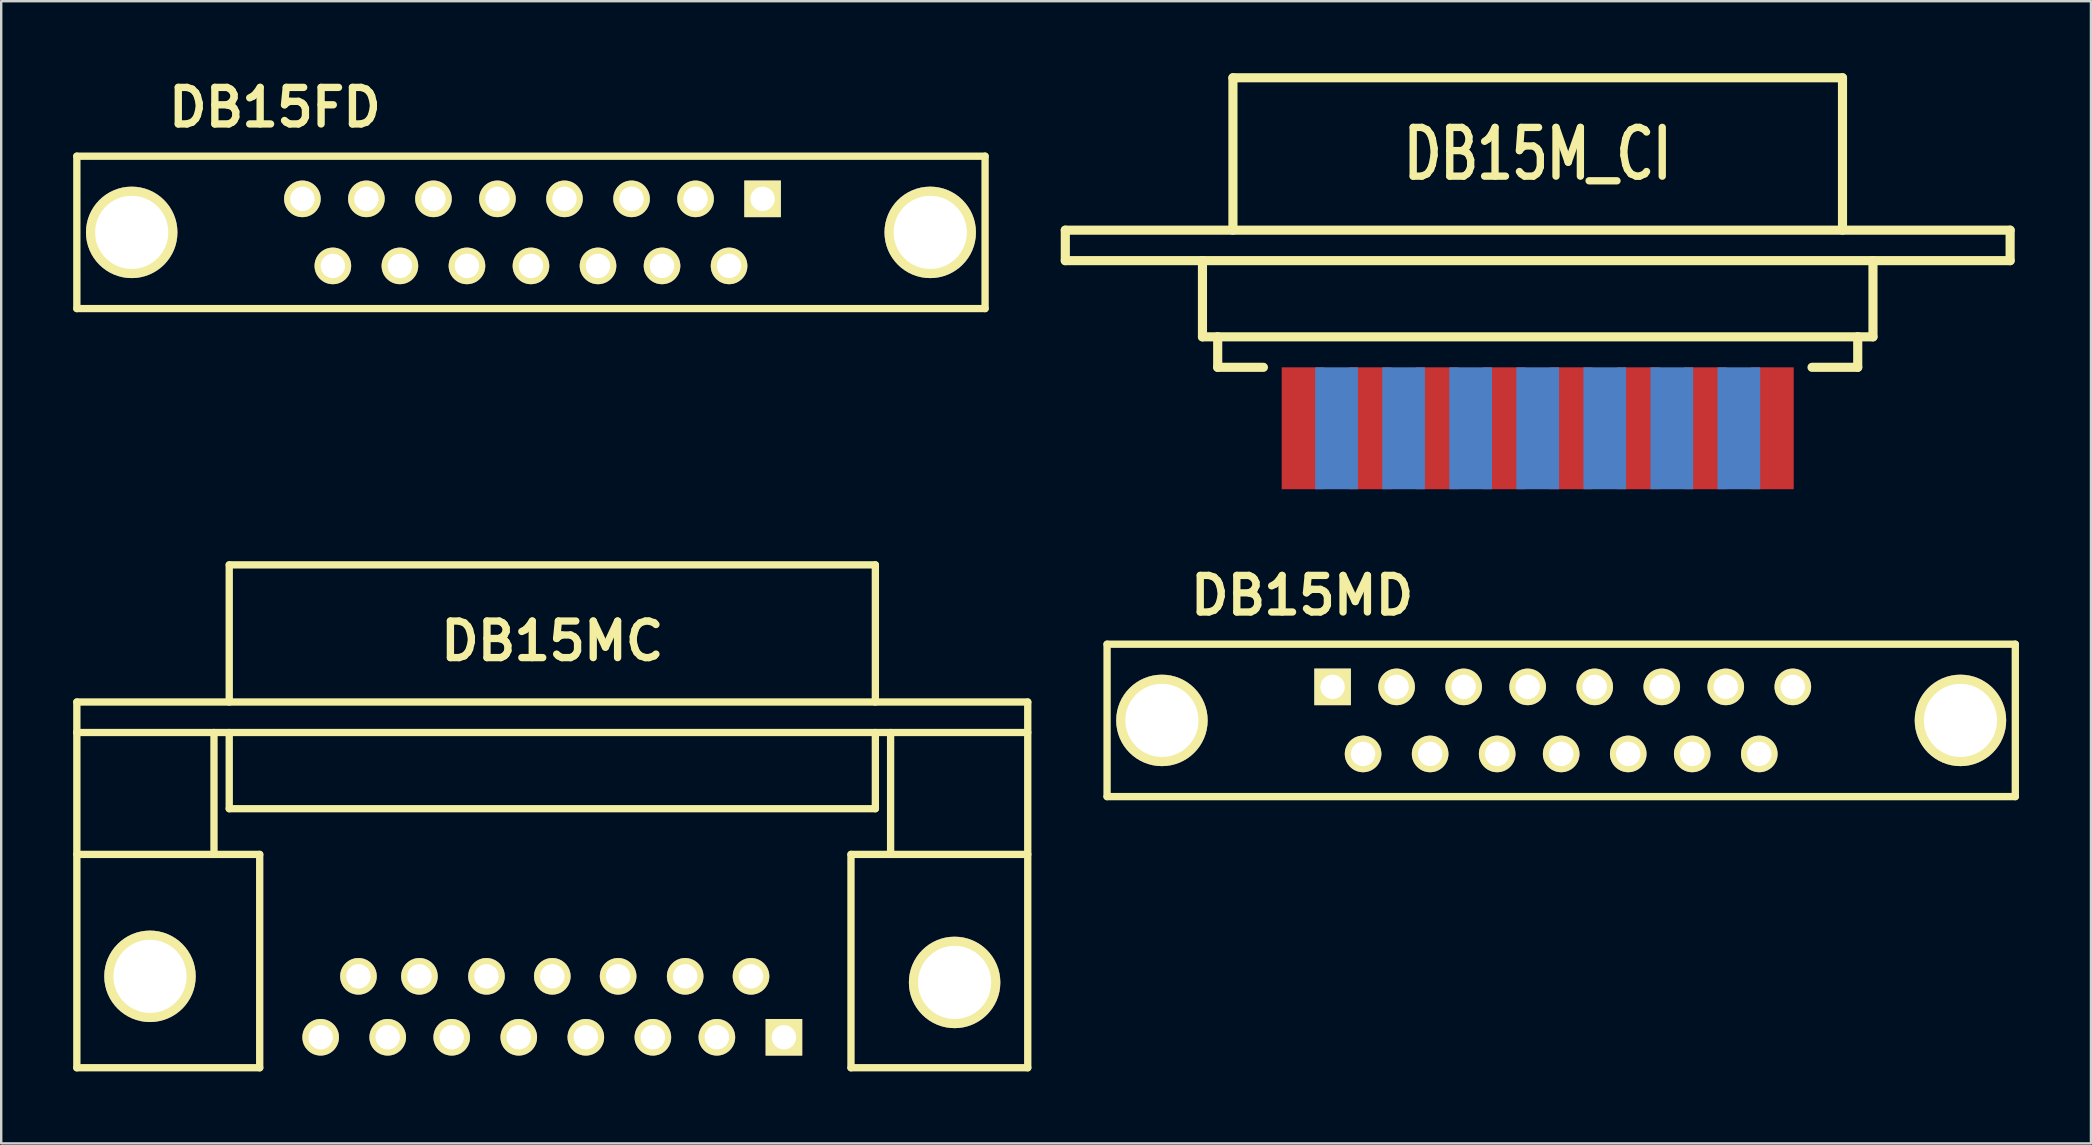
<source format=kicad_pcb>
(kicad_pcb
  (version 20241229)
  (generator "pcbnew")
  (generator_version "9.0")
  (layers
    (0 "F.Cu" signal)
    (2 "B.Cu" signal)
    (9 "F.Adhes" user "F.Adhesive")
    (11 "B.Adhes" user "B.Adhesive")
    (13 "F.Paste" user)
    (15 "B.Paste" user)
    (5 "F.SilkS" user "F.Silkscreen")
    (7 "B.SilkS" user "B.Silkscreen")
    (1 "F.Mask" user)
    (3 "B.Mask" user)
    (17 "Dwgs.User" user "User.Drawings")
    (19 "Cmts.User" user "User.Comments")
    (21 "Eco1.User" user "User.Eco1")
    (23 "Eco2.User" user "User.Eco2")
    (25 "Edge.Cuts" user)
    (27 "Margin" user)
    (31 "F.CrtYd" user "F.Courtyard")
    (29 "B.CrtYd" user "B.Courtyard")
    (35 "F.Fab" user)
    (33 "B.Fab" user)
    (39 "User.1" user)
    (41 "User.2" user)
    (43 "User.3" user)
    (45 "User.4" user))
  (footprint "DB15MC"
    (layer "F.Cu")
    (at 19.964 38.903)
    (property "Reference" "DB15MC" (at 0 -15.24 0) (layer "F.SilkS") (effects (font (size 1.524 1.524) (thickness 0.305))))
    (attr through_hole)
    (fp_line (start -19.812 -12.7) (end -19.812 -11.43) (stroke (width 0.305) (type solid)) (layer "F.SilkS"))
    (fp_line (start -19.812 -6.35) (end -12.192 -6.35) (stroke (width 0.305) (type solid)) (layer "F.SilkS"))
    (fp_line (start -19.812 2.54) (end -19.812 -11.43) (stroke (width 0.305) (type solid)) (layer "F.SilkS"))
    (fp_line (start -19.812 2.54) (end -12.192 2.54) (stroke (width 0.305) (type solid)) (layer "F.SilkS"))
    (fp_line (start -14.097 -11.43) (end -14.097 -6.35) (stroke (width 0.305) (type solid)) (layer "F.SilkS"))
    (fp_line (start -13.462 -18.415) (end -13.462 -12.7) (stroke (width 0.305) (type solid)) (layer "F.SilkS"))
    (fp_line (start -13.462 -18.415) (end 13.462 -18.415) (stroke (width 0.305) (type solid)) (layer "F.SilkS"))
    (fp_line (start -13.462 -8.255) (end -13.462 -11.43) (stroke (width 0.305) (type solid)) (layer "F.SilkS"))
    (fp_line (start -12.192 -6.35) (end -12.192 2.54) (stroke (width 0.305) (type solid)) (layer "F.SilkS"))
    (fp_line (start 12.446 -6.35) (end 19.812 -6.35) (stroke (width 0.305) (type solid)) (layer "F.SilkS"))
    (fp_line (start 12.446 2.54) (end 12.446 -6.35) (stroke (width 0.305) (type solid)) (layer "F.SilkS"))
    (fp_line (start 13.462 -12.7) (end 13.462 -18.415) (stroke (width 0.305) (type solid)) (layer "F.SilkS"))
    (fp_line (start 13.462 -8.255) (end -13.462 -8.255) (stroke (width 0.305) (type solid)) (layer "F.SilkS"))
    (fp_line (start 13.462 -8.255) (end 13.462 -11.43) (stroke (width 0.305) (type solid)) (layer "F.SilkS"))
    (fp_line (start 14.097 -6.35) (end 14.097 -11.43) (stroke (width 0.305) (type solid)) (layer "F.SilkS"))
    (fp_line (start 19.812 -12.7) (end -19.812 -12.7) (stroke (width 0.305) (type solid)) (layer "F.SilkS"))
    (fp_line (start 19.812 -11.43) (end -19.812 -11.43) (stroke (width 0.305) (type solid)) (layer "F.SilkS"))
    (fp_line (start 19.812 2.54) (end 12.446 2.54) (stroke (width 0.305) (type solid)) (layer "F.SilkS"))
    (fp_line (start 19.812 2.54) (end 19.812 -12.7) (stroke (width 0.305) (type solid)) (layer "F.SilkS"))
    (pad "" thru_hole circle (at -16.764 -1.27) (size 3.81 3.81) (drill 3.048) (layers "*.Cu" "*.Mask" "F.SilkS"))
    (pad "" thru_hole circle (at 16.764 -1.016) (size 3.81 3.81) (drill 3.048) (layers "*.Cu" "*.Mask" "F.SilkS"))
    (pad "1" thru_hole rect (at 9.652 1.27) (size 1.524 1.524) (drill 1.016) (layers "*.Cu" "*.Mask" "F.SilkS"))
    (pad "2" thru_hole circle (at 6.858 1.27) (size 1.524 1.524) (drill 1.016) (layers "*.Cu" "*.Mask" "F.SilkS"))
    (pad "3" thru_hole circle (at 4.191 1.27) (size 1.524 1.524) (drill 1.016) (layers "*.Cu" "*.Mask" "F.SilkS"))
    (pad "4" thru_hole circle (at 1.397 1.27) (size 1.524 1.524) (drill 1.016) (layers "*.Cu" "*.Mask" "F.SilkS"))
    (pad "5" thru_hole circle (at -1.397 1.27) (size 1.524 1.524) (drill 1.016) (layers "*.Cu" "*.Mask" "F.SilkS"))
    (pad "6" thru_hole circle (at -4.191 1.27) (size 1.524 1.524) (drill 1.016) (layers "*.Cu" "*.Mask" "F.SilkS"))
    (pad "7" thru_hole circle (at -6.858 1.27) (size 1.524 1.524) (drill 1.016) (layers "*.Cu" "*.Mask" "F.SilkS"))
    (pad "8" thru_hole circle (at -9.652 1.27) (size 1.524 1.524) (drill 1.016) (layers "*.Cu" "*.Mask" "F.SilkS"))
    (pad "9" thru_hole circle (at 8.28 -1.27) (size 1.524 1.524) (drill 1.016) (layers "*.Cu" "*.Mask" "F.SilkS"))
    (pad "10" thru_hole circle (at 5.537 -1.27) (size 1.524 1.524) (drill 1.016) (layers "*.Cu" "*.Mask" "F.SilkS"))
    (pad "11" thru_hole circle (at 2.743 -1.27) (size 1.524 1.524) (drill 1.016) (layers "*.Cu" "*.Mask" "F.SilkS"))
    (pad "12" thru_hole circle (at 0 -1.27) (size 1.524 1.524) (drill 1.016) (layers "*.Cu" "*.Mask" "F.SilkS"))
    (pad "13" thru_hole circle (at -2.743 -1.27) (size 1.524 1.524) (drill 1.016) (layers "*.Cu" "*.Mask" "F.SilkS"))
    (pad "14" thru_hole circle (at -5.537 -1.27) (size 1.524 1.524) (drill 1.016) (layers "*.Cu" "*.Mask" "F.SilkS"))
    (pad "15" thru_hole circle (at -8.077 -1.27) (size 1.524 1.524) (drill 1.016) (layers "*.Cu" "*.Mask" "F.SilkS")))
  (footprint "DB15MD"
    (layer "F.Cu")
    (at 62.639 26.842)
    (property "Reference" "DB15MD" (at -11.43 -5.08 180) (layer "F.SilkS") (effects (font (size 1.524 1.524) (thickness 0.305))))
    (attr through_hole)
    (fp_line (start -19.558 -3.048) (end -19.558 3.302) (stroke (width 0.305) (type solid)) (layer "F.SilkS"))
    (fp_line (start -19.558 3.302) (end 18.288 3.302) (stroke (width 0.305) (type solid)) (layer "F.SilkS"))
    (fp_line (start 18.288 -3.048) (end -19.558 -3.048) (stroke (width 0.305) (type solid)) (layer "F.SilkS"))
    (fp_line (start 18.288 3.302) (end 18.288 -3.048) (stroke (width 0.305) (type solid)) (layer "F.SilkS"))
    (pad "0" thru_hole circle (at -17.272 0.127) (size 3.81 3.81) (drill 3.048) (layers "*.Cu" "*.Mask" "F.SilkS"))
    (pad "0" thru_hole circle (at 16.002 0.127) (size 3.81 3.81) (drill 3.048) (layers "*.Cu" "*.Mask" "F.SilkS"))
    (pad "1" thru_hole rect (at -10.16 -1.27) (size 1.524 1.524) (drill 1.016) (layers "*.Cu" "*.Mask" "F.SilkS"))
    (pad "2" thru_hole circle (at -7.493 -1.27) (size 1.524 1.524) (drill 1.016) (layers "*.Cu" "*.Mask" "F.SilkS"))
    (pad "3" thru_hole circle (at -4.699 -1.27) (size 1.524 1.524) (drill 1.016) (layers "*.Cu" "*.Mask" "F.SilkS"))
    (pad "4" thru_hole circle (at -2.032 -1.27) (size 1.524 1.524) (drill 1.016) (layers "*.Cu" "*.Mask" "F.SilkS"))
    (pad "5" thru_hole circle (at 0.762 -1.27) (size 1.524 1.524) (drill 1.016) (layers "*.Cu" "*.Mask" "F.SilkS"))
    (pad "6" thru_hole circle (at 3.556 -1.27) (size 1.524 1.524) (drill 1.016) (layers "*.Cu" "*.Mask" "F.SilkS"))
    (pad "7" thru_hole circle (at 6.223 -1.27) (size 1.524 1.524) (drill 1.016) (layers "*.Cu" "*.Mask" "F.SilkS"))
    (pad "8" thru_hole circle (at 9.017 -1.27) (size 1.524 1.524) (drill 1.016) (layers "*.Cu" "*.Mask" "F.SilkS"))
    (pad "9" thru_hole circle (at -8.89 1.524) (size 1.524 1.524) (drill 1.016) (layers "*.Cu" "*.Mask" "F.SilkS"))
    (pad "10" thru_hole circle (at -6.096 1.524) (size 1.524 1.524) (drill 1.016) (layers "*.Cu" "*.Mask" "F.SilkS"))
    (pad "11" thru_hole circle (at -3.302 1.524) (size 1.524 1.524) (drill 1.016) (layers "*.Cu" "*.Mask" "F.SilkS"))
    (pad "12" thru_hole circle (at -0.635 1.524) (size 1.524 1.524) (drill 1.016) (layers "*.Cu" "*.Mask" "F.SilkS"))
    (pad "13" thru_hole circle (at 2.159 1.524) (size 1.524 1.524) (drill 1.016) (layers "*.Cu" "*.Mask" "F.SilkS"))
    (pad "14" thru_hole circle (at 4.826 1.524) (size 1.524 1.524) (drill 1.016) (layers "*.Cu" "*.Mask" "F.SilkS"))
    (pad "15" thru_hole circle (at 7.62 1.524) (size 1.524 1.524) (drill 1.016) (layers "*.Cu" "*.Mask" "F.SilkS")))
  (footprint "DB15M_CI"
    (layer "F.Cu")
    (at 61.026 12.129)
    (property "Reference" "DB15M_CI" (at 0 -8.763 0) (layer "F.SilkS") (effects (font (size 2.032 1.524) (thickness 0.305))))
    (attr through_hole)
    (fp_line (start -19.685 -5.588) (end -19.685 -4.318) (stroke (width 0.381) (type solid)) (layer "F.SilkS"))
    (fp_line (start -19.685 -4.318) (end -13.97 -4.318) (stroke (width 0.381) (type solid)) (layer "F.SilkS"))
    (fp_line (start -13.97 -4.318) (end -13.97 -1.143) (stroke (width 0.381) (type solid)) (layer "F.SilkS"))
    (fp_line (start -13.97 -1.143) (end -13.335 -1.143) (stroke (width 0.381) (type solid)) (layer "F.SilkS"))
    (fp_line (start -13.335 -1.143) (end -13.335 0.127) (stroke (width 0.381) (type solid)) (layer "F.SilkS"))
    (fp_line (start -13.335 0.127) (end -11.43 0.127) (stroke (width 0.381) (type solid)) (layer "F.SilkS"))
    (fp_line (start -12.7 -11.938) (end -12.7 -5.588) (stroke (width 0.381) (type solid)) (layer "F.SilkS"))
    (fp_line (start 11.43 0.127) (end 13.335 0.127) (stroke (width 0.381) (type solid)) (layer "F.SilkS"))
    (fp_line (start 12.7 -11.938) (end -12.7 -11.938) (stroke (width 0.381) (type solid)) (layer "F.SilkS"))
    (fp_line (start 12.7 -5.588) (end 12.7 -11.938) (stroke (width 0.381) (type solid)) (layer "F.SilkS"))
    (fp_line (start 13.335 -1.143) (end -13.335 -1.143) (stroke (width 0.381) (type solid)) (layer "F.SilkS"))
    (fp_line (start 13.335 -1.143) (end 13.97 -1.143) (stroke (width 0.381) (type solid)) (layer "F.SilkS"))
    (fp_line (start 13.335 0.127) (end 13.335 -1.143) (stroke (width 0.381) (type solid)) (layer "F.SilkS"))
    (fp_line (start 13.97 -4.318) (end -13.97 -4.318) (stroke (width 0.381) (type solid)) (layer "F.SilkS"))
    (fp_line (start 13.97 -4.318) (end 19.685 -4.318) (stroke (width 0.381) (type solid)) (layer "F.SilkS"))
    (fp_line (start 13.97 -1.143) (end 13.97 -4.318) (stroke (width 0.381) (type solid)) (layer "F.SilkS"))
    (fp_line (start 19.685 -5.588) (end -19.685 -5.588) (stroke (width 0.381) (type solid)) (layer "F.SilkS"))
    (fp_line (start 19.685 -4.318) (end 19.685 -5.588) (stroke (width 0.381) (type solid)) (layer "F.SilkS"))
    (pad "1" connect rect (at 9.779 2.667 180) (size 1.778 5.08) (layers "F.Cu" "F.Mask"))
    (pad "2" connect rect (at 6.985 2.667 180) (size 1.778 5.08) (layers "F.Cu" "F.Mask"))
    (pad "3" connect rect (at 4.191 2.667 180) (size 1.778 5.08) (layers "F.Cu" "F.Mask"))
    (pad "4" connect rect (at 1.397 2.667 180) (size 1.778 5.08) (layers "F.Cu" "F.Mask"))
    (pad "5" connect rect (at -1.397 2.667 180) (size 1.778 5.08) (layers "F.Cu" "F.Mask"))
    (pad "6" connect rect (at -4.191 2.667 180) (size 1.778 5.08) (layers "F.Cu" "F.Mask"))
    (pad "7" connect rect (at -6.985 2.667 180) (size 1.778 5.08) (layers "F.Cu" "F.Mask"))
    (pad "8" connect rect (at -9.779 2.667 180) (size 1.778 5.08) (layers "F.Cu" "F.Mask"))
    (pad "9" connect rect (at 8.382 2.667 180) (size 1.778 5.08) (layers "B.Cu" "B.Mask"))
    (pad "10" connect rect (at 5.588 2.667 180) (size 1.778 5.08) (layers "B.Cu" "B.Mask"))
    (pad "11" connect rect (at 2.794 2.667 180) (size 1.778 5.08) (layers "B.Cu" "B.Mask"))
    (pad "12" connect rect (at 0 2.667 180) (size 1.778 5.08) (layers "B.Cu" "B.Mask"))
    (pad "13" connect rect (at -2.794 2.667 180) (size 1.778 5.08) (layers "B.Cu" "B.Mask"))
    (pad "14" connect rect (at -5.588 2.667 180) (size 1.778 5.08) (layers "B.Cu" "B.Mask"))
    (pad "15" connect rect (at -8.382 2.667 180) (size 1.778 5.08) (layers "B.Cu" "B.Mask")))
  (footprint "DB15FD"
    (layer "F.Cu")
    (at 18.567 6.506)
    (property "Reference" "DB15FD" (at -10.16 -5.08 180) (layer "F.SilkS") (effects (font (size 1.524 1.524) (thickness 0.305))))
    (attr through_hole)
    (fp_line (start -18.415 -3.048) (end -18.415 3.302) (stroke (width 0.305) (type solid)) (layer "F.SilkS"))
    (fp_line (start -18.415 3.302) (end 19.431 3.302) (stroke (width 0.305) (type solid)) (layer "F.SilkS"))
    (fp_line (start 19.431 -3.048) (end -18.415 -3.048) (stroke (width 0.305) (type solid)) (layer "F.SilkS"))
    (fp_line (start 19.431 3.302) (end 19.431 -3.048) (stroke (width 0.305) (type solid)) (layer "F.SilkS"))
    (pad "0" thru_hole circle (at -16.129 0.127) (size 3.81 3.81) (drill 3.048) (layers "*.Cu" "*.Mask" "F.SilkS"))
    (pad "0" thru_hole circle (at 17.145 0.127) (size 3.81 3.81) (drill 3.048) (layers "*.Cu" "*.Mask" "F.SilkS"))
    (pad "1" thru_hole rect (at 10.16 -1.27) (size 1.524 1.524) (drill 1.016) (layers "*.Cu" "*.Mask" "F.SilkS"))
    (pad "2" thru_hole circle (at 7.366 -1.27) (size 1.524 1.524) (drill 1.016) (layers "*.Cu" "*.Mask" "F.SilkS"))
    (pad "3" thru_hole circle (at 4.699 -1.27) (size 1.524 1.524) (drill 1.016) (layers "*.Cu" "*.Mask" "F.SilkS"))
    (pad "4" thru_hole circle (at 1.905 -1.27) (size 1.524 1.524) (drill 1.016) (layers "*.Cu" "*.Mask" "F.SilkS"))
    (pad "5" thru_hole circle (at -0.889 -1.27) (size 1.524 1.524) (drill 1.016) (layers "*.Cu" "*.Mask" "F.SilkS"))
    (pad "6" thru_hole circle (at -3.556 -1.27) (size 1.524 1.524) (drill 1.016) (layers "*.Cu" "*.Mask" "F.SilkS"))
    (pad "7" thru_hole circle (at -6.35 -1.27) (size 1.524 1.524) (drill 1.016) (layers "*.Cu" "*.Mask" "F.SilkS"))
    (pad "8" thru_hole circle (at -9.017 -1.27) (size 1.524 1.524) (drill 1.016) (layers "*.Cu" "*.Mask" "F.SilkS"))
    (pad "9" thru_hole circle (at 8.763 1.524) (size 1.524 1.524) (drill 1.016) (layers "*.Cu" "*.Mask" "F.SilkS"))
    (pad "10" thru_hole circle (at 5.969 1.524) (size 1.524 1.524) (drill 1.016) (layers "*.Cu" "*.Mask" "F.SilkS"))
    (pad "11" thru_hole circle (at 3.302 1.524) (size 1.524 1.524) (drill 1.016) (layers "*.Cu" "*.Mask" "F.SilkS"))
    (pad "12" thru_hole circle (at 0.508 1.524) (size 1.524 1.524) (drill 1.016) (layers "*.Cu" "*.Mask" "F.SilkS"))
    (pad "13" thru_hole circle (at -2.159 1.524) (size 1.524 1.524) (drill 1.016) (layers "*.Cu" "*.Mask" "F.SilkS"))
    (pad "14" thru_hole circle (at -4.953 1.524) (size 1.524 1.524) (drill 1.016) (layers "*.Cu" "*.Mask" "F.SilkS"))
    (pad "15" thru_hole circle (at -7.747 1.524) (size 1.524 1.524) (drill 1.016) (layers "*.Cu" "*.Mask" "F.SilkS")))
  (gr_rect
    (start -3 -3)
    (end 84.08 44.595)
    (stroke (width 0.1) (type default))
    (fill no)
    (layer "Edge.Cuts")))
</source>
